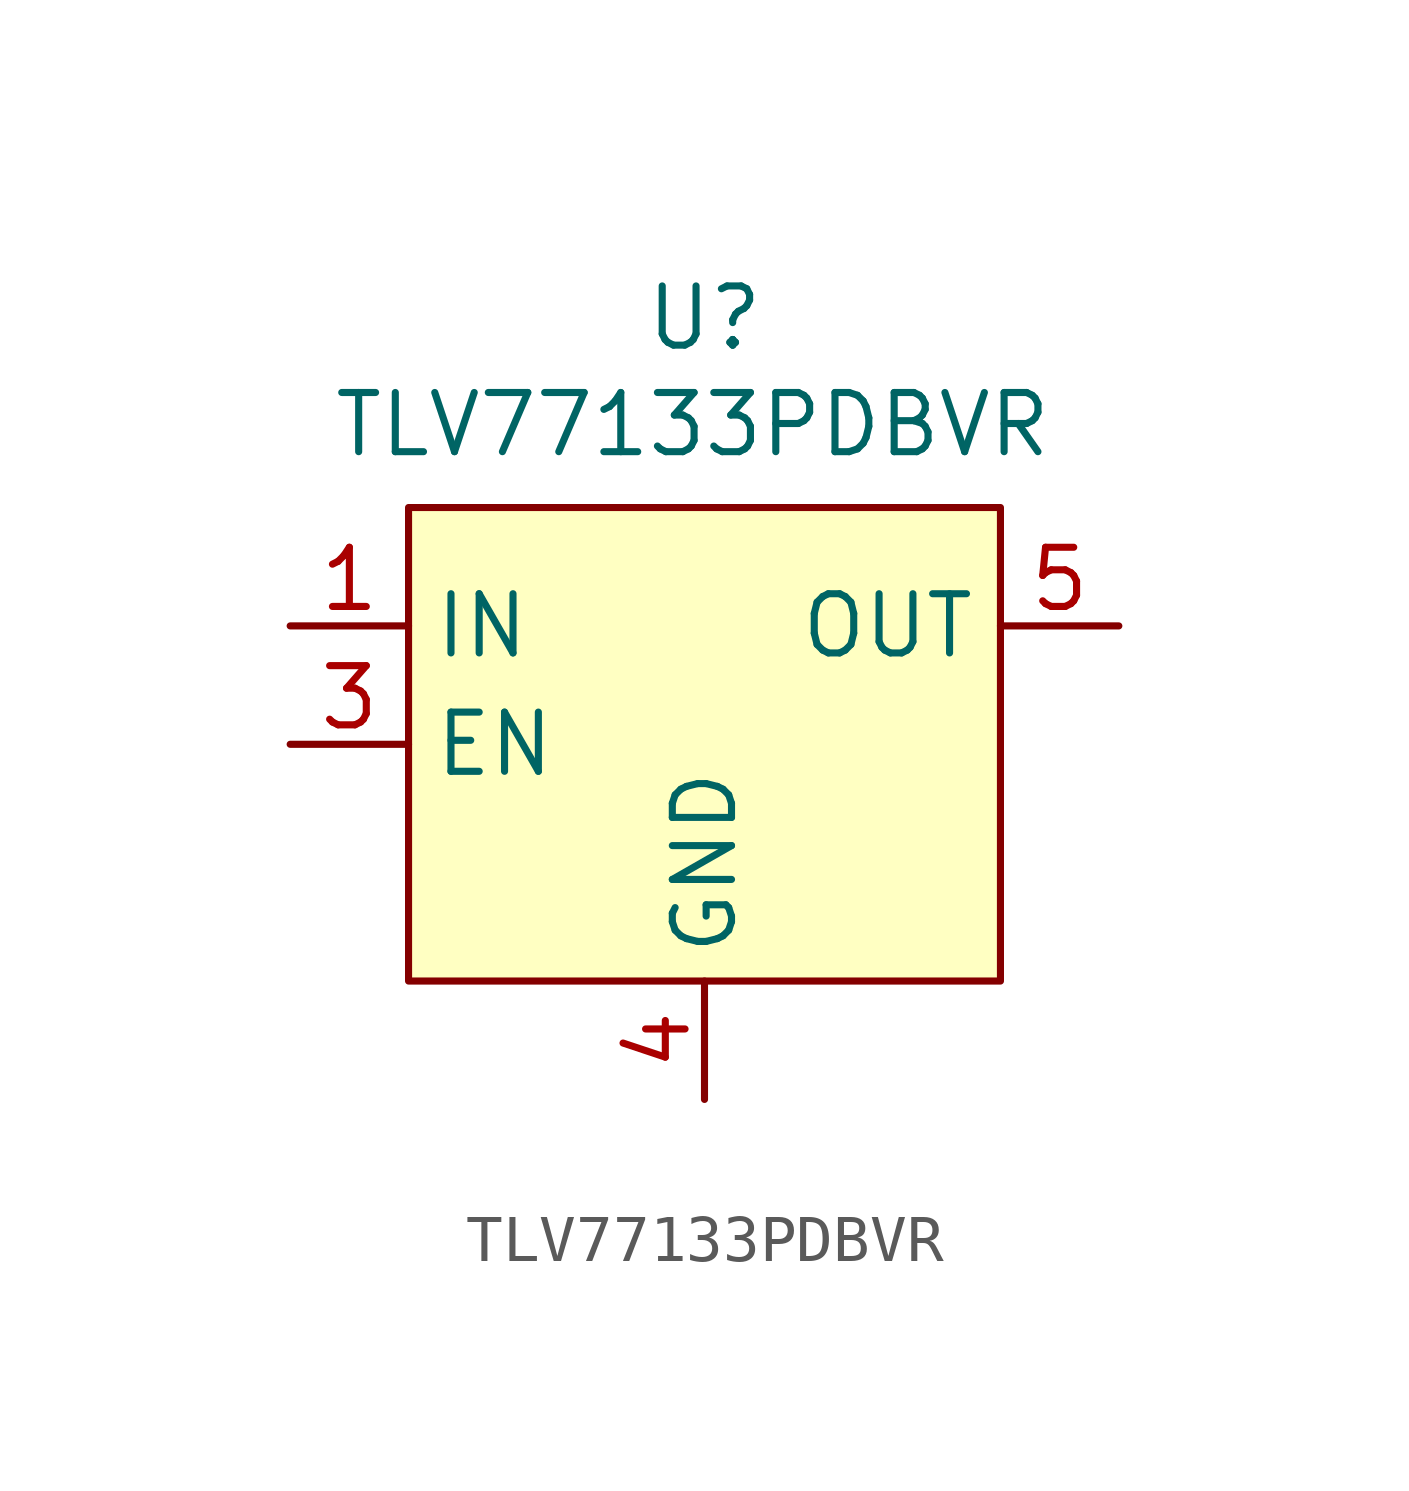
<source format=kicad_sym>
(kicad_symbol_lib
  (version 20241209)
  (generator "kicad_symbol_editor")
  (generator_version "9.0")
  (symbol "TLV77133PDBVR"
    (property "Reference" "U"
      (at 0 4.064 0)
      (effects (font (size 1.27 1.27))))
    (property "Value" "TLV77133PDBVR"
      (at -0.254 1.778 0)
      (effects (font (size 1.27 1.27))))
    (symbol "TLV77133PDBVR_0_0"
      (pin unspecified line (at -8.89 -2.54 0) (length 2.54) (name "IN" (effects (font (size 1.27 1.27)))) (number "1" (effects (font (size 1.27 1.27)))))
      (pin unspecified line (at -8.89 -5.08 0) (length 2.54) (name "EN" (effects (font (size 1.27 1.27)))) (number "3" (effects (font (size 1.27 1.27)))))
      (pin unspecified line (at 0 -12.7 90) (length 2.54) (name "GND" (effects (font (size 1.27 1.27)))) (number "4" (effects (font (size 1.27 1.27)))))
      (pin unspecified line (at 8.89 -2.54 180) (length 2.54) (name "OUT" (effects (font (size 1.27 1.27)))) (number "5" (effects (font (size 1.27 1.27))))))
    (symbol "TLV77133PDBVR_1_0"
      (pin no_connect line (at 2.54 -12.7 90) (length 2.54) (hide yes) (name "NC" (effects (font (size 1.27 1.27)))) (number "2" (effects (font (size 1.27 1.27))))))
    (symbol "TLV77133PDBVR_1_1"
      (rectangle (start -6.35 0) (end 6.35 -10.16) (stroke (width 0) (type solid)) (fill (type background))))))
</source>
